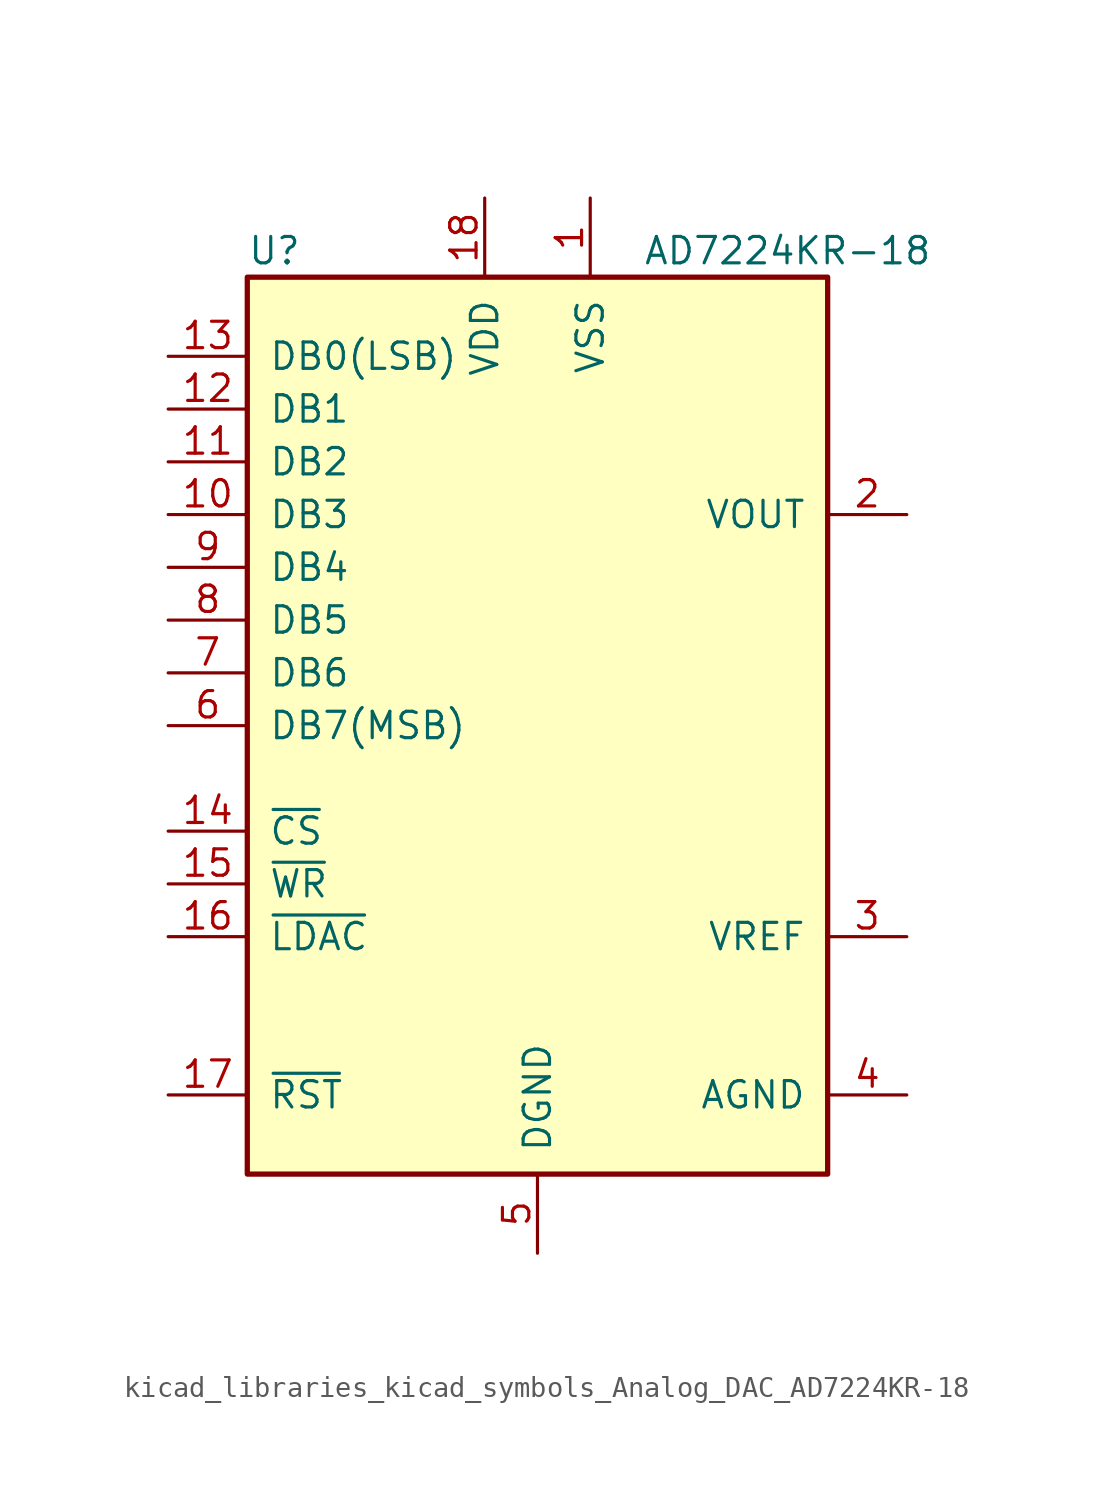
<source format=kicad_sym>
(kicad_symbol_lib
  (version 20220914)
  (generator kicad_symbol_editor)
  (symbol "kicad_libraries_kicad_symbols_Analog_DAC_AD7224KR-18"
    (pin_names
      (offset 1.016))
    (property "Reference" "U"
      (at -13.97 22.86 0)
      (effects (font (size 1.27 1.27)) (justify left)))
    (property "Value" "AD7224KR-18"
      (at 5.08 22.86 0)
      (effects (font (size 1.27 1.27)) (justify left)))
    (symbol "kicad_libraries_kicad_symbols_Analog_DAC_AD7224KR-18_1_1"
      (rectangle (start -13.97 -21.59) (end 13.97 21.59) (stroke (width 0.254) (type default)) (fill (type background)))
      (pin power_in line (at 2.54 25.4 270) (length 3.81) (name "VSS" (effects (font (size 1.27 1.27)))) (number "1" (effects (font (size 1.27 1.27)))))
      (pin input line (at -17.78 10.16 0) (length 3.81) (name "DB3" (effects (font (size 1.27 1.27)))) (number "10" (effects (font (size 1.27 1.27)))))
      (pin input line (at -17.78 12.7 0) (length 3.81) (name "DB2" (effects (font (size 1.27 1.27)))) (number "11" (effects (font (size 1.27 1.27)))))
      (pin input line (at -17.78 15.24 0) (length 3.81) (name "DB1" (effects (font (size 1.27 1.27)))) (number "12" (effects (font (size 1.27 1.27)))))
      (pin input line (at -17.78 17.78 0) (length 3.81) (name "DB0(LSB)" (effects (font (size 1.27 1.27)))) (number "13" (effects (font (size 1.27 1.27)))))
      (pin input line (at -17.78 -5.08 0) (length 3.81) (name "~{CS}" (effects (font (size 1.27 1.27)))) (number "14" (effects (font (size 1.27 1.27)))))
      (pin input line (at -17.78 -7.62 0) (length 3.81) (name "~{WR}" (effects (font (size 1.27 1.27)))) (number "15" (effects (font (size 1.27 1.27)))))
      (pin input line (at -17.78 -10.16 0) (length 3.81) (name "~{LDAC}" (effects (font (size 1.27 1.27)))) (number "16" (effects (font (size 1.27 1.27)))))
      (pin input line (at -17.78 -17.78 0) (length 3.81) (name "~{RST}" (effects (font (size 1.27 1.27)))) (number "17" (effects (font (size 1.27 1.27)))))
      (pin power_in line (at -2.54 25.4 270) (length 3.81) (name "VDD" (effects (font (size 1.27 1.27)))) (number "18" (effects (font (size 1.27 1.27)))))
      (pin output line (at 17.78 10.16 180) (length 3.81) (name "VOUT" (effects (font (size 1.27 1.27)))) (number "2" (effects (font (size 1.27 1.27)))))
      (pin passive line (at 17.78 -10.16 180) (length 3.81) (name "VREF" (effects (font (size 1.27 1.27)))) (number "3" (effects (font (size 1.27 1.27)))))
      (pin passive line (at 17.78 -17.78 180) (length 3.81) (name "AGND" (effects (font (size 1.27 1.27)))) (number "4" (effects (font (size 1.27 1.27)))))
      (pin power_in line (at 0 -25.4 90) (length 3.81) (name "DGND" (effects (font (size 1.27 1.27)))) (number "5" (effects (font (size 1.27 1.27)))))
      (pin input line (at -17.78 0 0) (length 3.81) (name "DB7(MSB)" (effects (font (size 1.27 1.27)))) (number "6" (effects (font (size 1.27 1.27)))))
      (pin input line (at -17.78 2.54 0) (length 3.81) (name "DB6" (effects (font (size 1.27 1.27)))) (number "7" (effects (font (size 1.27 1.27)))))
      (pin input line (at -17.78 5.08 0) (length 3.81) (name "DB5" (effects (font (size 1.27 1.27)))) (number "8" (effects (font (size 1.27 1.27)))))
      (pin input line (at -17.78 7.62 0) (length 3.81) (name "DB4" (effects (font (size 1.27 1.27)))) (number "9" (effects (font (size 1.27 1.27))))))))
</source>
